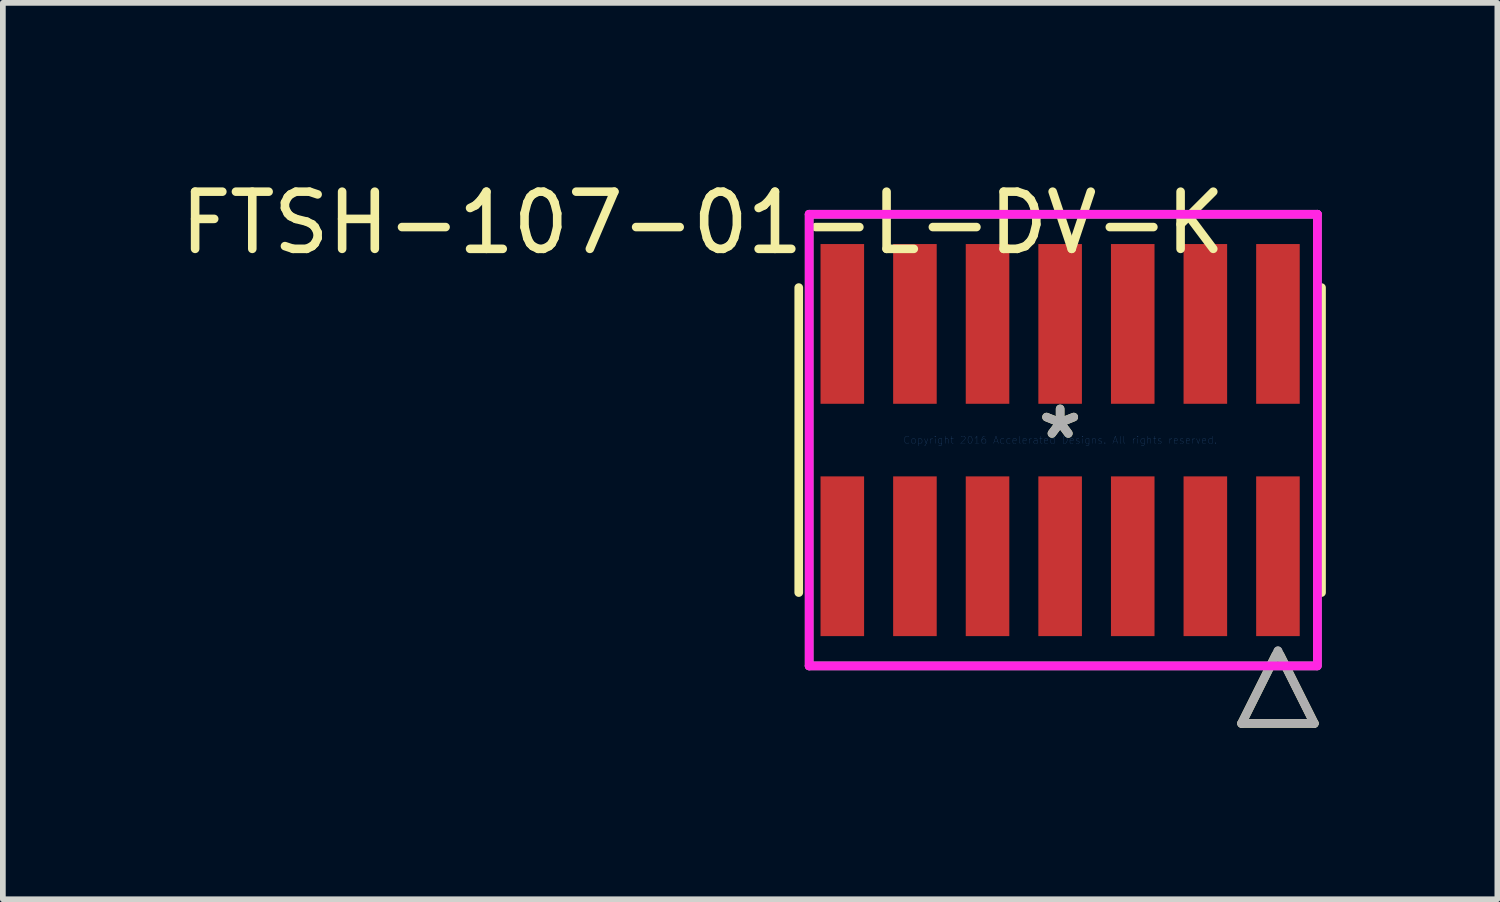
<source format=kicad_pcb>
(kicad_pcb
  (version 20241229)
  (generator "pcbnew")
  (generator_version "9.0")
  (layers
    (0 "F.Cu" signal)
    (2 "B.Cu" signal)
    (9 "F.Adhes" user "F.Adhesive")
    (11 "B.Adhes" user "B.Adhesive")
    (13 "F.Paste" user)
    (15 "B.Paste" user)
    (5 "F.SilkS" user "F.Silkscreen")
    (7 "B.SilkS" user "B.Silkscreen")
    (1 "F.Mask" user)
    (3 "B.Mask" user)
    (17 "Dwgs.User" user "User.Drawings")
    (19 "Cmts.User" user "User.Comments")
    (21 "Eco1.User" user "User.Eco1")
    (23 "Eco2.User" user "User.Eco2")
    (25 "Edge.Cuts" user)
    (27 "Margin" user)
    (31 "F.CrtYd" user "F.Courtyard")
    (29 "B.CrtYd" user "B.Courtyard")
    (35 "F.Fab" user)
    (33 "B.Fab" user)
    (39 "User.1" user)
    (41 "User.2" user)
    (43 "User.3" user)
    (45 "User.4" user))
  (footprint "FTSH-107-01-L-DV-K"
    (layer "F.Cu")
    (at 15.494 4.648)
    (property "Reference" "FTSH-107-01-L-DV-K" (at -6.25 -3.8 0) (layer "F.SilkS") (effects (font (size 1 1) (thickness 0.15))))
    (attr through_hole)
    (fp_line (start -4.572 -2.667) (end -4.572 2.667) (stroke (width 0.152) (type solid)) (layer "F.SilkS"))
    (fp_line (start 3.175 4.956) (end 4.445 4.956) (stroke (width 0.152) (type solid)) (layer "F.SilkS"))
    (fp_line (start 3.772 3.762) (end 3.175 4.956) (stroke (width 0.152) (type solid)) (layer "F.SilkS"))
    (fp_line (start 4.445 4.956) (end 3.848 3.762) (stroke (width 0.152) (type solid)) (layer "F.SilkS"))
    (fp_line (start 4.572 2.667) (end 4.572 -2.667) (stroke (width 0.152) (type solid)) (layer "F.SilkS"))
    (fp_line (start -4.39 3.95) (end -4.39 -3.95) (stroke (width 0.152) (type solid)) (layer "F.CrtYd"))
    (fp_line (start 4.49 3.95) (end -4.39 3.95) (stroke (width 0.152) (type solid)) (layer "F.CrtYd"))
    (fp_line (start 4.5 -3.95) (end -4.39 -3.95) (stroke (width 0.152) (type solid)) (layer "F.CrtYd"))
    (fp_line (start 4.5 3.95) (end 4.5 -3.95) (stroke (width 0.152) (type solid)) (layer "F.CrtYd"))
    (fp_line (start -4.39 3.95) (end -4.39 -3.95) (stroke (width 0.152) (type solid)) (layer "F.Fab"))
    (fp_line (start 3.175 4.956) (end 4.445 4.956) (stroke (width 0.152) (type solid)) (layer "F.Fab"))
    (fp_line (start 3.81 3.686) (end 3.175 4.956) (stroke (width 0.152) (type solid)) (layer "F.Fab"))
    (fp_line (start 4.445 4.956) (end 3.81 3.686) (stroke (width 0.152) (type solid)) (layer "F.Fab"))
    (fp_line (start 4.49 3.95) (end -4.39 3.95) (stroke (width 0.152) (type solid)) (layer "F.Fab"))
    (fp_line (start 4.5 -3.95) (end -4.39 -3.95) (stroke (width 0.152) (type solid)) (layer "F.Fab"))
    (fp_line (start 4.5 3.95) (end 4.5 -3.95) (stroke (width 0.152) (type solid)) (layer "F.Fab"))
    (fp_text user "*" (at 0 0 0) (layer "F.SilkS") (effects (font (size 1 1) (thickness 0.15))))
    (fp_text user "Copyright 2016 Accelerated Designs. All rights reserved." (at 0 0 0) (layer "Cmts.User") (effects (font (size 0.127 0.127) (thickness 0.002))))
    (fp_text user "*" (at 0 0 0) (layer "F.Fab") (effects (font (size 1 1) (thickness 0.15))))
    (pad "1" smd rect (at 3.81 2.032) (size 0.762 2.794) (layers "F.Cu" "F.Mask" "F.Paste"))
    (pad "2" smd rect (at 3.81 -2.032) (size 0.762 2.794) (layers "F.Cu" "F.Mask" "F.Paste"))
    (pad "3" smd rect (at 2.54 2.032) (size 0.762 2.794) (layers "F.Cu" "F.Mask" "F.Paste"))
    (pad "4" smd rect (at 2.54 -2.032) (size 0.762 2.794) (layers "F.Cu" "F.Mask" "F.Paste"))
    (pad "5" smd rect (at 1.27 2.032) (size 0.762 2.794) (layers "F.Cu" "F.Mask" "F.Paste"))
    (pad "6" smd rect (at 1.27 -2.032) (size 0.762 2.794) (layers "F.Cu" "F.Mask" "F.Paste"))
    (pad "7" smd rect (at 0 2.032) (size 0.762 2.794) (layers "F.Cu" "F.Mask" "F.Paste"))
    (pad "8" smd rect (at 0 -2.032) (size 0.762 2.794) (layers "F.Cu" "F.Mask" "F.Paste"))
    (pad "9" smd rect (at -1.27 2.032) (size 0.762 2.794) (layers "F.Cu" "F.Mask" "F.Paste"))
    (pad "10" smd rect (at -1.27 -2.032) (size 0.762 2.794) (layers "F.Cu" "F.Mask" "F.Paste"))
    (pad "11" smd rect (at -2.54 2.032) (size 0.762 2.794) (layers "F.Cu" "F.Mask" "F.Paste"))
    (pad "12" smd rect (at -2.54 -2.032) (size 0.762 2.794) (layers "F.Cu" "F.Mask" "F.Paste"))
    (pad "13" smd rect (at -3.81 2.032) (size 0.762 2.794) (layers "F.Cu" "F.Mask" "F.Paste"))
    (pad "14" smd rect (at -3.81 -2.032) (size 0.762 2.794) (layers "F.Cu" "F.Mask" "F.Paste")))
  (gr_rect
    (start -3 -3)
    (end 23.142 12.68)
    (stroke (width 0.1) (type default))
    (fill no)
    (layer "Edge.Cuts")))
</source>
